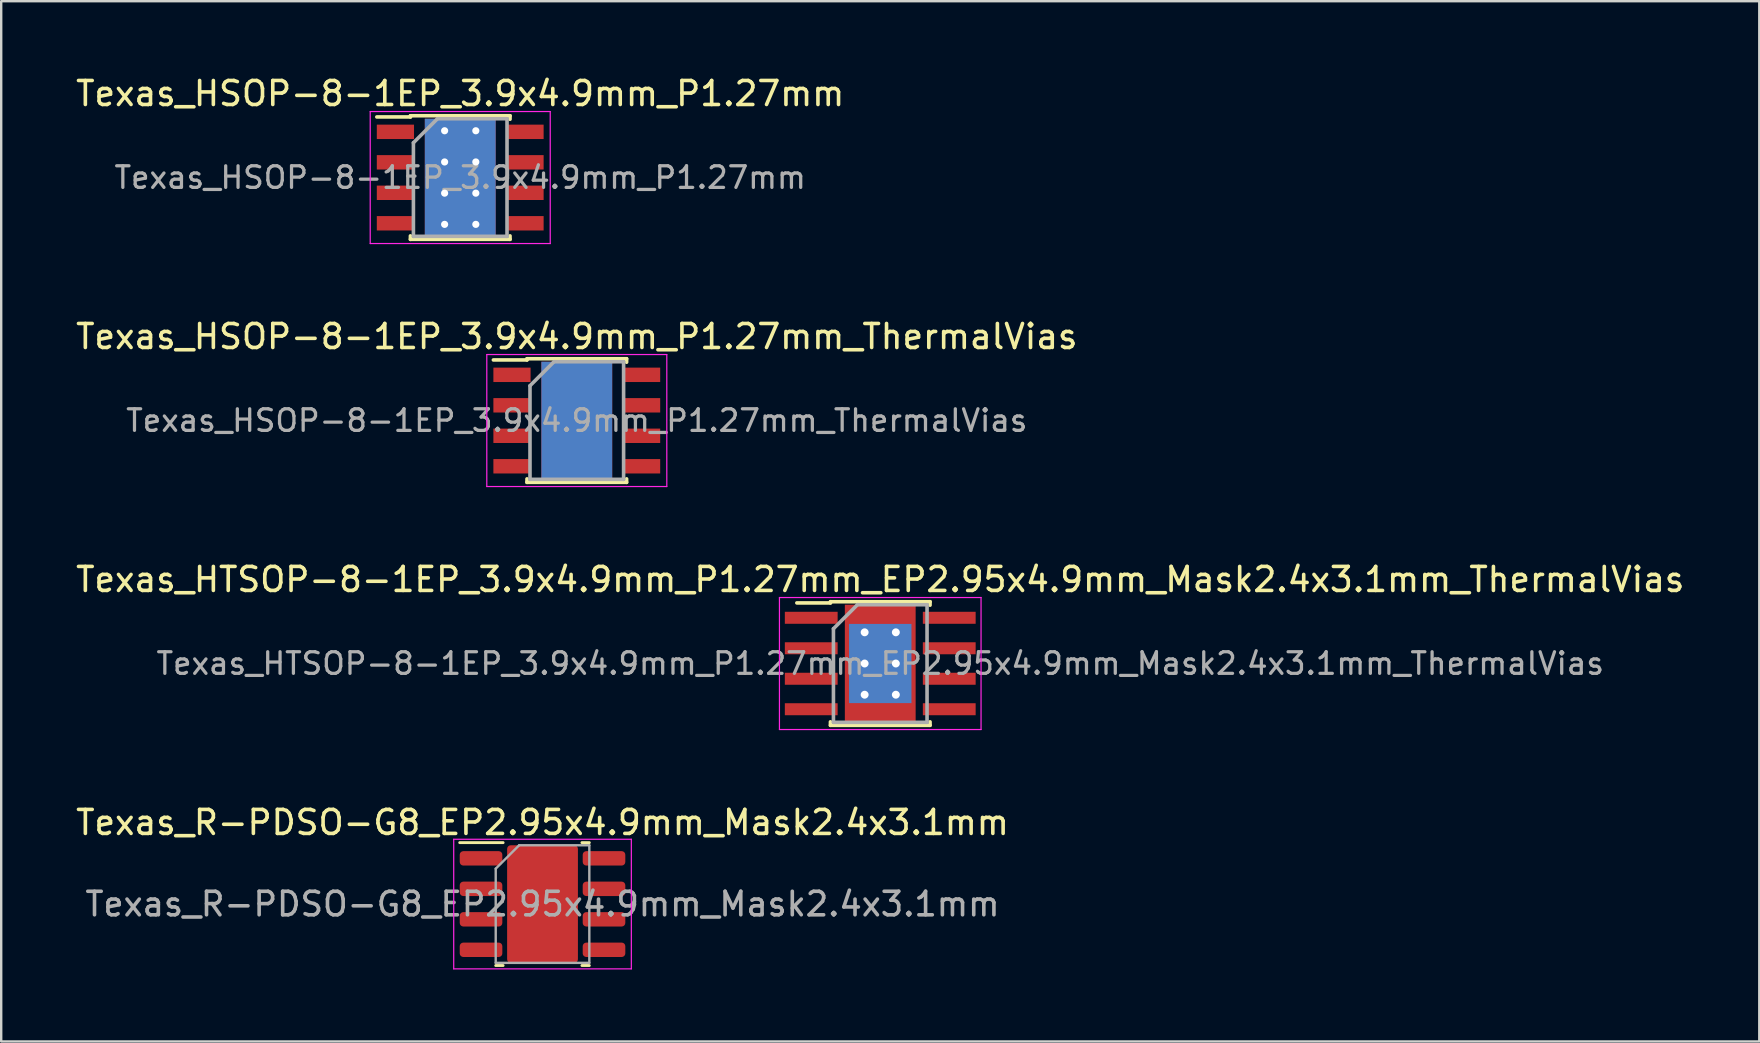
<source format=kicad_pcb>
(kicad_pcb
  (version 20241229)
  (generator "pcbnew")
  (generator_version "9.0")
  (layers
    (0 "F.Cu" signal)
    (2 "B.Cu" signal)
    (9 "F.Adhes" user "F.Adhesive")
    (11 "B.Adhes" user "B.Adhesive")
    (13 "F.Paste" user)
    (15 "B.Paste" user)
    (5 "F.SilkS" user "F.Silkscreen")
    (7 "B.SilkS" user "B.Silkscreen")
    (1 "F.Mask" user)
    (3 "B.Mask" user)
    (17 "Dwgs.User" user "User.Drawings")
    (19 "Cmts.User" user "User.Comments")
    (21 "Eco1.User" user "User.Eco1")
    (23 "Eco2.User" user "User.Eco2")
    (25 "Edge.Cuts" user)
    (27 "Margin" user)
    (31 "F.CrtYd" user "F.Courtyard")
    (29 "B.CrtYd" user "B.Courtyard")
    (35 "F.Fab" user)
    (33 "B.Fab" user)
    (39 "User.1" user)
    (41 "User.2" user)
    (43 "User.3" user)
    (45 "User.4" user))
  (footprint "Texas_HSOP-8-1EP_3.9x4.9mm_P1.27mm"
    (layer "F.Cu")
    (at 16.125 4.348)
    (property "Reference" "Texas_HSOP-8-1EP_3.9x4.9mm_P1.27mm" (at 0 -3.5 0) (layer "F.SilkS") (effects (font (size 1 1) (thickness 0.15))))
    (attr smd)
    (fp_line (start -2.075 -2.575) (end -2.075 -2.525) (stroke (width 0.15) (type solid)) (layer "F.SilkS"))
    (fp_line (start -2.075 -2.575) (end 2.075 -2.575) (stroke (width 0.15) (type solid)) (layer "F.SilkS"))
    (fp_line (start -2.075 -2.525) (end -3.475 -2.525) (stroke (width 0.15) (type solid)) (layer "F.SilkS"))
    (fp_line (start -2.075 2.575) (end -2.075 2.43) (stroke (width 0.15) (type solid)) (layer "F.SilkS"))
    (fp_line (start -2.075 2.575) (end 2.075 2.575) (stroke (width 0.15) (type solid)) (layer "F.SilkS"))
    (fp_line (start 2.075 -2.575) (end 2.075 -2.43) (stroke (width 0.15) (type solid)) (layer "F.SilkS"))
    (fp_line (start 2.075 2.575) (end 2.075 2.43) (stroke (width 0.15) (type solid)) (layer "F.SilkS"))
    (fp_line (start -3.75 -2.75) (end -3.75 2.75) (stroke (width 0.05) (type solid)) (layer "F.CrtYd"))
    (fp_line (start -3.75 -2.75) (end 3.75 -2.75) (stroke (width 0.05) (type solid)) (layer "F.CrtYd"))
    (fp_line (start -3.75 2.75) (end 3.75 2.75) (stroke (width 0.05) (type solid)) (layer "F.CrtYd"))
    (fp_line (start 3.75 -2.75) (end 3.75 2.75) (stroke (width 0.05) (type solid)) (layer "F.CrtYd"))
    (fp_line (start -1.95 -1.45) (end -0.95 -2.45) (stroke (width 0.15) (type solid)) (layer "F.Fab"))
    (fp_line (start -1.95 2.45) (end -1.95 -1.45) (stroke (width 0.15) (type solid)) (layer "F.Fab"))
    (fp_line (start -0.95 -2.45) (end 1.95 -2.45) (stroke (width 0.15) (type solid)) (layer "F.Fab"))
    (fp_line (start 1.95 -2.45) (end 1.95 2.45) (stroke (width 0.15) (type solid)) (layer "F.Fab"))
    (fp_line (start 1.95 2.45) (end -1.95 2.45) (stroke (width 0.15) (type solid)) (layer "F.Fab"))
    (fp_text user "${REFERENCE}" (at 0 0 0) (layer "F.Fab") (effects (font (size 0.9 0.9) (thickness 0.135))))
    (pad "" smd rect (at 0 0) (size 2.6 3.1) (layers "F.Mask"))
    (pad "" smd rect (at 0 0) (size 2.6 3.1) (layers "F.Paste"))
    (pad "1" smd rect (at -2.7 -1.905) (size 1.55 0.6) (layers "F.Cu" "F.Mask" "F.Paste"))
    (pad "2" smd rect (at -2.7 -0.635) (size 1.55 0.6) (layers "F.Cu" "F.Mask" "F.Paste"))
    (pad "3" smd rect (at -2.7 0.635) (size 1.55 0.6) (layers "F.Cu" "F.Mask" "F.Paste"))
    (pad "4" smd rect (at -2.7 1.905) (size 1.55 0.6) (layers "F.Cu" "F.Mask" "F.Paste"))
    (pad "5" smd rect (at 2.7 1.905) (size 1.55 0.6) (layers "F.Cu" "F.Mask" "F.Paste"))
    (pad "6" smd rect (at 2.7 0.635) (size 1.55 0.6) (layers "F.Cu" "F.Mask" "F.Paste"))
    (pad "7" smd rect (at 2.7 -0.635) (size 1.55 0.6) (layers "F.Cu" "F.Mask" "F.Paste"))
    (pad "8" smd rect (at 2.7 -1.905) (size 1.55 0.6) (layers "F.Cu" "F.Mask" "F.Paste"))
    (pad "9" thru_hole circle (at -0.65 -1.95) (size 0.6 0.6) (drill 0.3) (layers "*.Cu"))
    (pad "9" thru_hole circle (at -0.65 -0.65) (size 0.6 0.6) (drill 0.3) (layers "*.Cu"))
    (pad "9" thru_hole circle (at -0.65 0.65) (size 0.6 0.6) (drill 0.3) (layers "*.Cu"))
    (pad "9" thru_hole circle (at -0.65 1.95) (size 0.6 0.6) (drill 0.3) (layers "*.Cu"))
    (pad "9" smd rect (at 0 0) (size 2.95 4.9) (layers "*.Cu"))
    (pad "9" thru_hole circle (at 0.65 -1.95) (size 0.6 0.6) (drill 0.3) (layers "*.Cu"))
    (pad "9" thru_hole circle (at 0.65 -0.65) (size 0.6 0.6) (drill 0.3) (layers "*.Cu"))
    (pad "9" thru_hole circle (at 0.65 0.65) (size 0.6 0.6) (drill 0.3) (layers "*.Cu"))
    (pad "9" thru_hole circle (at 0.65 1.95) (size 0.6 0.6) (drill 0.3) (layers "*.Cu")))
  (footprint "Texas_HSOP-8-1EP_3.9x4.9mm_P1.27mm_ThermalVias"
    (layer "F.Cu")
    (at 20.982 14.472)
    (property "Reference" "Texas_HSOP-8-1EP_3.9x4.9mm_P1.27mm_ThermalVias" (at 0 -3.5 0) (layer "F.SilkS") (effects (font (size 1 1) (thickness 0.15))))
    (attr smd)
    (fp_line (start -2.075 -2.575) (end -2.075 -2.525) (stroke (width 0.15) (type solid)) (layer "F.SilkS"))
    (fp_line (start -2.075 -2.575) (end 2.075 -2.575) (stroke (width 0.15) (type solid)) (layer "F.SilkS"))
    (fp_line (start -2.075 -2.525) (end -3.475 -2.525) (stroke (width 0.15) (type solid)) (layer "F.SilkS"))
    (fp_line (start -2.075 2.575) (end -2.075 2.43) (stroke (width 0.15) (type solid)) (layer "F.SilkS"))
    (fp_line (start -2.075 2.575) (end 2.075 2.575) (stroke (width 0.15) (type solid)) (layer "F.SilkS"))
    (fp_line (start 2.075 -2.575) (end 2.075 -2.43) (stroke (width 0.15) (type solid)) (layer "F.SilkS"))
    (fp_line (start 2.075 2.575) (end 2.075 2.43) (stroke (width 0.15) (type solid)) (layer "F.SilkS"))
    (fp_line (start -3.75 -2.75) (end -3.75 2.75) (stroke (width 0.05) (type solid)) (layer "F.CrtYd"))
    (fp_line (start -3.75 -2.75) (end 3.75 -2.75) (stroke (width 0.05) (type solid)) (layer "F.CrtYd"))
    (fp_line (start -3.75 2.75) (end 3.75 2.75) (stroke (width 0.05) (type solid)) (layer "F.CrtYd"))
    (fp_line (start 3.75 -2.75) (end 3.75 2.75) (stroke (width 0.05) (type solid)) (layer "F.CrtYd"))
    (fp_line (start -1.95 -1.45) (end -0.95 -2.45) (stroke (width 0.15) (type solid)) (layer "F.Fab"))
    (fp_line (start -1.95 2.45) (end -1.95 -1.45) (stroke (width 0.15) (type solid)) (layer "F.Fab"))
    (fp_line (start -0.95 -2.45) (end 1.95 -2.45) (stroke (width 0.15) (type solid)) (layer "F.Fab"))
    (fp_line (start 1.95 -2.45) (end 1.95 2.45) (stroke (width 0.15) (type solid)) (layer "F.Fab"))
    (fp_line (start 1.95 2.45) (end -1.95 2.45) (stroke (width 0.15) (type solid)) (layer "F.Fab"))
    (fp_text user "${REFERENCE}" (at 0 0 0) (layer "F.Fab") (effects (font (size 0.9 0.9) (thickness 0.135))))
    (pad "" smd rect (at 0 0) (size 2.6 3.1) (layers "F.Mask"))
    (pad "" smd rect (at 0 0) (size 2.6 3.1) (layers "F.Paste"))
    (pad "1" smd rect (at -2.7 -1.905) (size 1.55 0.6) (layers "F.Cu" "F.Mask" "F.Paste"))
    (pad "2" smd rect (at -2.7 -0.635) (size 1.55 0.6) (layers "F.Cu" "F.Mask" "F.Paste"))
    (pad "3" smd rect (at -2.7 0.635) (size 1.55 0.6) (layers "F.Cu" "F.Mask" "F.Paste"))
    (pad "4" smd rect (at -2.7 1.905) (size 1.55 0.6) (layers "F.Cu" "F.Mask" "F.Paste"))
    (pad "5" smd rect (at 2.7 1.905) (size 1.55 0.6) (layers "F.Cu" "F.Mask" "F.Paste"))
    (pad "6" smd rect (at 2.7 0.635) (size 1.55 0.6) (layers "F.Cu" "F.Mask" "F.Paste"))
    (pad "7" smd rect (at 2.7 -0.635) (size 1.55 0.6) (layers "F.Cu" "F.Mask" "F.Paste"))
    (pad "8" smd rect (at 2.7 -1.905) (size 1.55 0.6) (layers "F.Cu" "F.Mask" "F.Paste"))
    (pad "9" smd rect (at 0 0) (size 2.95 4.9) (layers "*.Cu")))
  (footprint "Texas_R-PDSO-G8_EP2.95x4.9mm_Mask2.4x3.1mm"
    (layer "F.Cu")
    (at 19.554 34.618)
    (property "Reference" "Texas_R-PDSO-G8_EP2.95x4.9mm_Mask2.4x3.1mm" (at 0 -3.4 0) (layer "F.SilkS") (effects (font (size 1 1) (thickness 0.15))))
    (attr smd)
    (fp_line (start -1.642 -2.56) (end -3.45 -2.56) (stroke (width 0.12) (type solid)) (layer "F.SilkS"))
    (fp_line (start -1.642 2.56) (end -1.95 2.56) (stroke (width 0.12) (type solid)) (layer "F.SilkS"))
    (fp_line (start 1.642 -2.56) (end 1.95 -2.56) (stroke (width 0.12) (type solid)) (layer "F.SilkS"))
    (fp_line (start 1.642 2.56) (end 1.95 2.56) (stroke (width 0.12) (type solid)) (layer "F.SilkS"))
    (fp_line (start -3.7 -2.7) (end -3.7 2.7) (stroke (width 0.05) (type solid)) (layer "F.CrtYd"))
    (fp_line (start -3.7 2.7) (end 3.7 2.7) (stroke (width 0.05) (type solid)) (layer "F.CrtYd"))
    (fp_line (start 3.7 -2.7) (end -3.7 -2.7) (stroke (width 0.05) (type solid)) (layer "F.CrtYd"))
    (fp_line (start 3.7 2.7) (end 3.7 -2.7) (stroke (width 0.05) (type solid)) (layer "F.CrtYd"))
    (fp_line (start -1.95 -1.475) (end -0.975 -2.45) (stroke (width 0.1) (type solid)) (layer "F.Fab"))
    (fp_line (start -1.95 2.45) (end -1.95 -1.475) (stroke (width 0.1) (type solid)) (layer "F.Fab"))
    (fp_line (start -0.975 -2.45) (end 1.95 -2.45) (stroke (width 0.1) (type solid)) (layer "F.Fab"))
    (fp_line (start 1.95 -2.45) (end 1.95 2.45) (stroke (width 0.1) (type solid)) (layer "F.Fab"))
    (fp_line (start 1.95 2.45) (end -1.95 2.45) (stroke (width 0.1) (type solid)) (layer "F.Fab"))
    (fp_text user "${REFERENCE}" (at 0 0 0) (layer "F.Fab") (effects (font (size 0.98 0.98) (thickness 0.15))))
    (pad "" smd roundrect (at -0.6 -1.03) (size 0.97 0.83) (layers "F.Paste") (roundrect_rratio 0.25))
    (pad "" smd roundrect (at -0.6 0) (size 0.97 0.83) (layers "F.Paste") (roundrect_rratio 0.25))
    (pad "" smd roundrect (at -0.6 1.03) (size 0.97 0.83) (layers "F.Paste") (roundrect_rratio 0.25))
    (pad "" smd roundrect (at 0 0) (size 2.4 3.1) (layers "F.Mask") (roundrect_rratio 0.062))
    (pad "" smd roundrect (at 0.6 -1.03) (size 0.97 0.83) (layers "F.Paste") (roundrect_rratio 0.25))
    (pad "" smd roundrect (at 0.6 0) (size 0.97 0.83) (layers "F.Paste") (roundrect_rratio 0.25))
    (pad "" smd roundrect (at 0.6 1.03) (size 0.97 0.83) (layers "F.Paste") (roundrect_rratio 0.25))
    (pad "1" smd roundrect (at -2.562 -1.905) (size 1.775 0.6) (layers "F.Cu" "F.Mask" "F.Paste") (roundrect_rratio 0.25))
    (pad "2" smd roundrect (at -2.562 -0.635) (size 1.775 0.6) (layers "F.Cu" "F.Mask" "F.Paste") (roundrect_rratio 0.25))
    (pad "3" smd roundrect (at -2.562 0.635) (size 1.775 0.6) (layers "F.Cu" "F.Mask" "F.Paste") (roundrect_rratio 0.25))
    (pad "4" smd roundrect (at -2.562 1.905) (size 1.775 0.6) (layers "F.Cu" "F.Mask" "F.Paste") (roundrect_rratio 0.25))
    (pad "5" smd roundrect (at 2.562 1.905) (size 1.775 0.6) (layers "F.Cu" "F.Mask" "F.Paste") (roundrect_rratio 0.25))
    (pad "6" smd roundrect (at 2.562 0.635) (size 1.775 0.6) (layers "F.Cu" "F.Mask" "F.Paste") (roundrect_rratio 0.25))
    (pad "7" smd roundrect (at 2.562 -0.635) (size 1.775 0.6) (layers "F.Cu" "F.Mask" "F.Paste") (roundrect_rratio 0.25))
    (pad "8" smd roundrect (at 2.562 -1.905) (size 1.775 0.6) (layers "F.Cu" "F.Mask" "F.Paste") (roundrect_rratio 0.25))
    (pad "9" smd roundrect (at 0 0) (size 2.95 4.9) (layers "F.Cu") (roundrect_rratio 0.051)))
  (footprint "Texas_HTSOP-8-1EP_3.9x4.9mm_P1.27mm_EP2.95x4.9mm_Mask2.4x3.1mm_ThermalVias"
    (layer "F.Cu")
    (at 33.625 24.595)
    (property "Reference" "Texas_HTSOP-8-1EP_3.9x4.9mm_P1.27mm_EP2.95x4.9mm_Mask2.4x3.1mm_ThermalVias" (at 0 -3.5 0) (layer "F.SilkS") (effects (font (size 1 1) (thickness 0.15))))
    (attr smd)
    (fp_line (start -2.075 -2.575) (end -2.075 -2.525) (stroke (width 0.15) (type solid)) (layer "F.SilkS"))
    (fp_line (start -2.075 -2.575) (end 2.075 -2.575) (stroke (width 0.15) (type solid)) (layer "F.SilkS"))
    (fp_line (start -2.075 -2.525) (end -3.475 -2.525) (stroke (width 0.15) (type solid)) (layer "F.SilkS"))
    (fp_line (start -2.075 2.575) (end -2.075 2.43) (stroke (width 0.15) (type solid)) (layer "F.SilkS"))
    (fp_line (start -2.075 2.575) (end 2.075 2.575) (stroke (width 0.15) (type solid)) (layer "F.SilkS"))
    (fp_line (start 2.075 -2.575) (end 2.075 -2.43) (stroke (width 0.15) (type solid)) (layer "F.SilkS"))
    (fp_line (start 2.075 2.575) (end 2.075 2.43) (stroke (width 0.15) (type solid)) (layer "F.SilkS"))
    (fp_line (start -4.2 -2.75) (end -4.2 2.75) (stroke (width 0.05) (type solid)) (layer "F.CrtYd"))
    (fp_line (start -4.2 -2.75) (end 4.2 -2.75) (stroke (width 0.05) (type solid)) (layer "F.CrtYd"))
    (fp_line (start -4.2 2.75) (end 4.2 2.75) (stroke (width 0.05) (type solid)) (layer "F.CrtYd"))
    (fp_line (start 4.2 -2.75) (end 4.2 2.75) (stroke (width 0.05) (type solid)) (layer "F.CrtYd"))
    (fp_line (start -1.95 -1.45) (end -0.95 -2.45) (stroke (width 0.15) (type solid)) (layer "F.Fab"))
    (fp_line (start -1.95 2.45) (end -1.95 -1.45) (stroke (width 0.15) (type solid)) (layer "F.Fab"))
    (fp_line (start -0.95 -2.45) (end 1.95 -2.45) (stroke (width 0.15) (type solid)) (layer "F.Fab"))
    (fp_line (start 1.95 -2.45) (end 1.95 2.45) (stroke (width 0.15) (type solid)) (layer "F.Fab"))
    (fp_line (start 1.95 2.45) (end -1.95 2.45) (stroke (width 0.15) (type solid)) (layer "F.Fab"))
    (fp_text user "${REFERENCE}" (at 0 0 0) (layer "F.Fab") (effects (font (size 0.9 0.9) (thickness 0.135))))
    (pad "" smd rect (at 0 0) (size 2.4 3.1) (layers "F.Mask"))
    (pad "" smd rect (at 0 0) (size 2.4 3.1) (layers "F.Paste"))
    (pad "1" smd rect (at -2.875 -1.905) (size 2.2 0.5) (layers "F.Cu" "F.Mask" "F.Paste"))
    (pad "2" smd rect (at -2.875 -0.635) (size 2.2 0.5) (layers "F.Cu" "F.Mask" "F.Paste"))
    (pad "3" smd rect (at -2.875 0.635) (size 2.2 0.5) (layers "F.Cu" "F.Mask" "F.Paste"))
    (pad "4" smd rect (at -2.875 1.905) (size 2.2 0.5) (layers "F.Cu" "F.Mask" "F.Paste"))
    (pad "5" smd rect (at 2.875 1.905) (size 2.2 0.5) (layers "F.Cu" "F.Mask" "F.Paste"))
    (pad "6" smd rect (at 2.875 0.635) (size 2.2 0.5) (layers "F.Cu" "F.Mask" "F.Paste"))
    (pad "7" smd rect (at 2.875 -0.635) (size 2.2 0.5) (layers "F.Cu" "F.Mask" "F.Paste"))
    (pad "8" smd rect (at 2.875 -1.905) (size 2.2 0.5) (layers "F.Cu" "F.Mask" "F.Paste"))
    (pad "9" thru_hole circle (at -0.65 -1.3) (size 0.63 0.63) (drill 0.33) (layers "*.Cu" "*.Mask"))
    (pad "9" thru_hole circle (at -0.65 0) (size 0.63 0.63) (drill 0.33) (layers "*.Cu" "*.Mask"))
    (pad "9" thru_hole circle (at -0.65 1.3) (size 0.63 0.63) (drill 0.33) (layers "*.Cu" "*.Mask"))
    (pad "9" smd rect (at 0 0) (size 2.6 3.3) (layers "B.Cu"))
    (pad "9" smd rect (at 0 0) (size 2.95 4.9) (layers "F.Cu"))
    (pad "9" thru_hole circle (at 0.65 -1.3) (size 0.63 0.63) (drill 0.33) (layers "*.Cu" "*.Mask"))
    (pad "9" thru_hole circle (at 0.65 0) (size 0.63 0.63) (drill 0.33) (layers "*.Cu" "*.Mask"))
    (pad "9" thru_hole circle (at 0.65 1.3) (size 0.63 0.63) (drill 0.33) (layers "*.Cu" "*.Mask")))
  (gr_rect
    (start -3 -3)
    (end 70.25 40.343)
    (stroke (width 0.1) (type default))
    (fill no)
    (layer "Edge.Cuts")))
</source>
